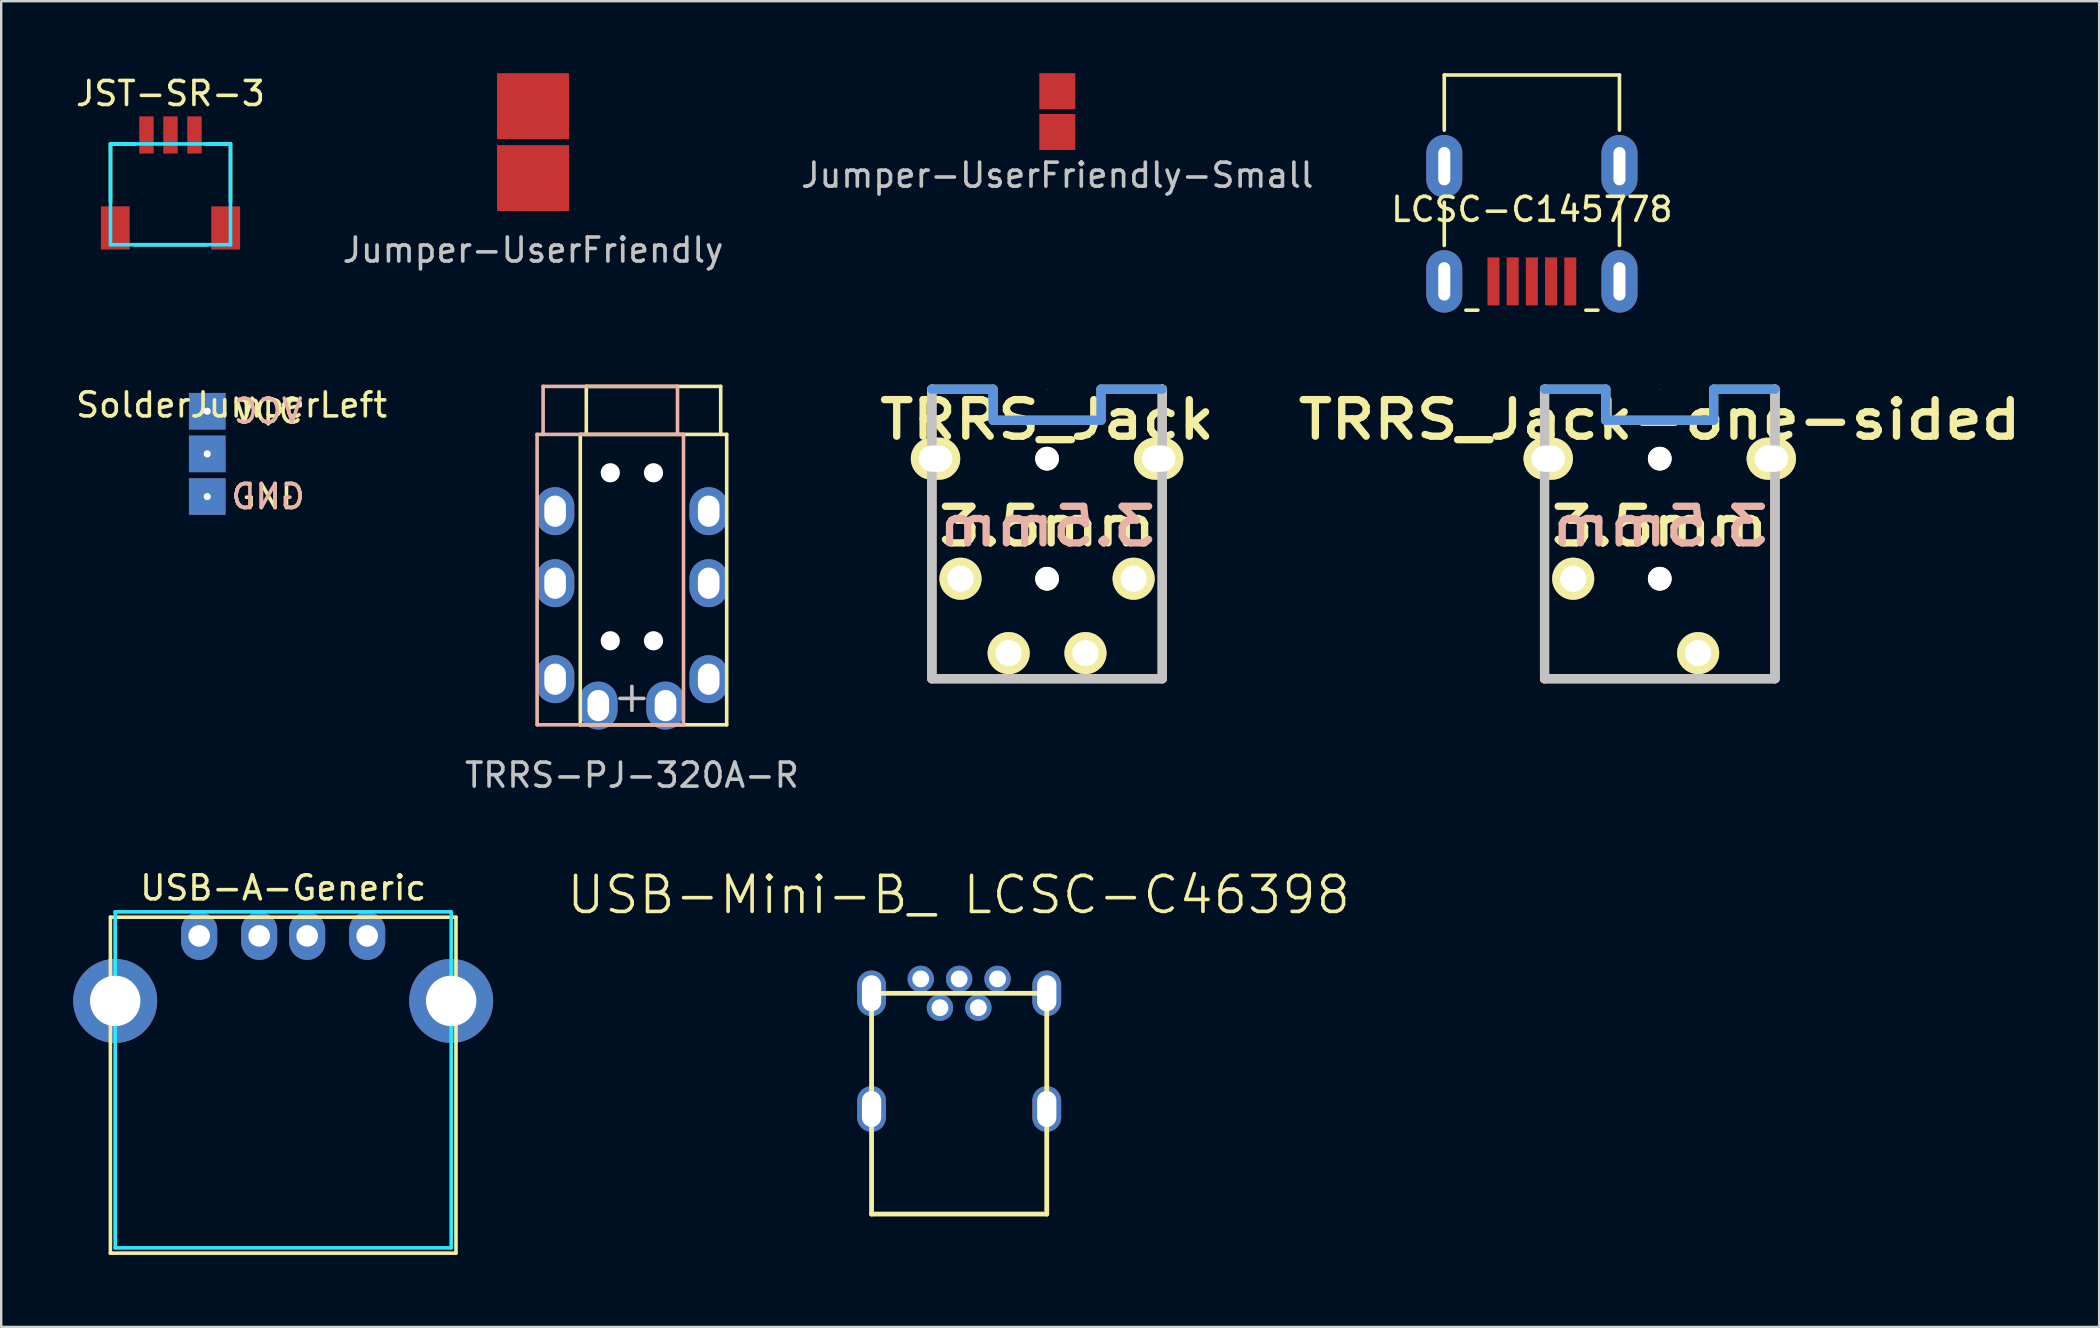
<source format=kicad_pcb>
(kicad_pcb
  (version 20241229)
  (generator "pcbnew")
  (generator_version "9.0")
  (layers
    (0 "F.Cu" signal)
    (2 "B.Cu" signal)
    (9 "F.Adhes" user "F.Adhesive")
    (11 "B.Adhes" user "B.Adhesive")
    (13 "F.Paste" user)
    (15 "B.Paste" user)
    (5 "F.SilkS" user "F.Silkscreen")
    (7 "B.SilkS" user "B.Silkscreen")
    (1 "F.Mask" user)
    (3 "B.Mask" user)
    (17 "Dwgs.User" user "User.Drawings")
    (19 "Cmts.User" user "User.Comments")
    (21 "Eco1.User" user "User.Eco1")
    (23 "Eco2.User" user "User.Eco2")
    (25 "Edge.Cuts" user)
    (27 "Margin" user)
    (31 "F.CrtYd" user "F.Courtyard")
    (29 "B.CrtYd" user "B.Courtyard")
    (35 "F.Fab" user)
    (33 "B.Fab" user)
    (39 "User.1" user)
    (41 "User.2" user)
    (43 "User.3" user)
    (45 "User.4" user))
  (footprint "Jumper-UserFriendly"
    (layer "F.Cu")
    (at 19.161 2.874)
    (property "Reference" "Jumper-UserFriendly" (at 0 4.496 0) (layer "Dwgs.User") (effects (font (size 1 1) (thickness 0.15))))
    (attr exclude_from_pos_files exclude_from_bom)
    (pad "1" smd rect (at 0 -1.499) (size 3 2.75) (layers "F.Cu" "F.Mask"))
    (pad "2" smd rect (at 0 1.499) (size 3 2.75) (layers "F.Cu" "F.Mask")))
  (footprint "TRRS-PJ-320A-R"
    (layer "F.Cu")
    (at 23.28 26.05)
    (property "Reference" "TRRS-PJ-320A-R" (at 0 3.2 0) (layer "Dwgs.User") (effects (font (size 1 1) (thickness 0.15))))
    (attr through_hole)
    (fp_line (start -2.15 -11) (end -2.15 1.1) (stroke (width 0.15) (type solid)) (layer "F.SilkS"))
    (fp_line (start -1.9 -11) (end -1.9 -13) (stroke (width 0.15) (type solid)) (layer "F.SilkS"))
    (fp_line (start 3.7 -13) (end -1.9 -13) (stroke (width 0.15) (type solid)) (layer "F.SilkS"))
    (fp_line (start 3.7 -11) (end 3.7 -13) (stroke (width 0.15) (type solid)) (layer "F.SilkS"))
    (fp_line (start 3.95 -11) (end -2.15 -11) (stroke (width 0.15) (type solid)) (layer "F.SilkS"))
    (fp_line (start 3.95 -11) (end 3.95 1.1) (stroke (width 0.15) (type solid)) (layer "F.SilkS"))
    (fp_line (start 3.95 1.1) (end -2.15 1.1) (stroke (width 0.15) (type solid)) (layer "F.SilkS"))
    (fp_line (start -3.95 -11) (end -3.95 1.1) (stroke (width 0.15) (type solid)) (layer "B.SilkS"))
    (fp_line (start -3.95 -11) (end 2.15 -11) (stroke (width 0.15) (type solid)) (layer "B.SilkS"))
    (fp_line (start -3.95 1.1) (end 2.15 1.1) (stroke (width 0.15) (type solid)) (layer "B.SilkS"))
    (fp_line (start -3.7 -13) (end 1.9 -13) (stroke (width 0.15) (type solid)) (layer "B.SilkS"))
    (fp_line (start -3.7 -11) (end -3.7 -13) (stroke (width 0.15) (type solid)) (layer "B.SilkS"))
    (fp_line (start 1.9 -11) (end 1.9 -13) (stroke (width 0.15) (type solid)) (layer "B.SilkS"))
    (fp_line (start 2.15 -11) (end 2.15 1.1) (stroke (width 0.15) (type solid)) (layer "B.SilkS"))
    (fp_line (start -0.5 0) (end 0.5 0) (stroke (width 0.15) (type solid)) (layer "Dwgs.User"))
    (fp_line (start 0 -0.5) (end 0 0.5) (stroke (width 0.15) (type solid)) (layer "Dwgs.User"))
    (pad "" np_thru_hole circle (at -0.9 -9.4) (size 0.8 0.8) (drill 0.8) (layers "*.Cu"))
    (pad "" np_thru_hole circle (at -0.9 -2.4) (size 0.8 0.8) (drill 0.8) (layers "*.Cu"))
    (pad "" np_thru_hole circle (at 0.9 -9.4) (size 0.8 0.8) (drill 0.8) (layers "*.Cu"))
    (pad "" np_thru_hole circle (at 0.9 -2.4) (size 0.8 0.8) (drill 0.8) (layers "*.Cu"))
    (pad "1" thru_hole oval (at -1.4 0.3) (size 1.6 2) (drill oval 0.9 1.3) (layers "*.Cu" "B.Mask"))
    (pad "1" thru_hole oval (at 1.4 0.3) (size 1.6 2) (drill oval 0.9 1.3) (layers "*.Cu" "F.Mask"))
    (pad "2" thru_hole oval (at -3.2 -0.8) (size 1.6 2) (drill oval 0.9 1.3) (layers "*.Cu" "F.Mask"))
    (pad "2" thru_hole oval (at 3.2 -0.8) (size 1.6 2) (drill oval 0.9 1.3) (layers "*.Cu" "B.Mask"))
    (pad "3" thru_hole oval (at -3.2 -4.8) (size 1.6 2) (drill oval 0.9 1.3) (layers "*.Cu" "F.Mask"))
    (pad "3" thru_hole oval (at 3.2 -4.8) (size 1.6 2) (drill oval 0.9 1.3) (layers "*.Cu" "B.Mask"))
    (pad "4" thru_hole oval (at -3.2 -7.8) (size 1.6 2) (drill oval 0.9 1.3) (layers "*.Cu" "F.Mask"))
    (pad "4" thru_hole oval (at 3.2 -7.8) (size 1.6 2) (drill oval 0.9 1.3) (layers "*.Cu" "B.Mask")))
  (footprint "LCSC-C145778"
    (layer "F.Cu")
    (at 60.78 8.675)
    (property "Reference" "LCSC-C145778" (at 0 -3 180) (layer "F.SilkS") (effects (font (size 1 1) (thickness 0.15))))
    (attr through_hole)
    (fp_line (start -3.65 -8.6) (end -3.65 -6.3) (stroke (width 0.15) (type solid)) (layer "F.SilkS"))
    (fp_line (start -3.65 -8.6) (end 3.65 -8.6) (stroke (width 0.15) (type solid)) (layer "F.SilkS"))
    (fp_line (start -3.65 -3.3) (end -3.65 -1.5) (stroke (width 0.15) (type solid)) (layer "F.SilkS"))
    (fp_line (start -2.75 1.2) (end -2.25 1.2) (stroke (width 0.15) (type solid)) (layer "F.SilkS"))
    (fp_line (start 2.25 1.2) (end 2.75 1.2) (stroke (width 0.15) (type solid)) (layer "F.SilkS"))
    (fp_line (start 3.65 -8.6) (end 3.65 -6.3) (stroke (width 0.15) (type solid)) (layer "F.SilkS"))
    (fp_line (start 3.65 -3.3) (end 3.65 -1.5) (stroke (width 0.15) (type solid)) (layer "F.SilkS"))
    (pad "1" smd rect (at 1.6 0 180) (size 0.5 2) (layers "F.Cu" "F.Mask" "F.Paste"))
    (pad "2" smd rect (at 0.8 0 180) (size 0.5 2) (layers "F.Cu" "F.Mask" "F.Paste"))
    (pad "3" smd rect (at 0 0 180) (size 0.5 2) (layers "F.Cu" "F.Mask" "F.Paste"))
    (pad "4" smd rect (at -0.8 0 180) (size 0.5 2) (layers "F.Cu" "F.Mask" "F.Paste"))
    (pad "5" smd rect (at -1.6 0 180) (size 0.5 2) (layers "F.Cu" "F.Mask" "F.Paste"))
    (pad "6" thru_hole oval (at -3.65 -4.8) (size 1.5 2.6) (drill oval 0.5 1.6) (layers "*.Cu" "*.Mask"))
    (pad "6" thru_hole oval (at -3.65 0) (size 1.5 2.6) (drill oval 0.5 1.6) (layers "*.Cu" "*.Mask"))
    (pad "6" thru_hole oval (at 3.65 -4.8) (size 1.5 2.6) (drill oval 0.5 1.6) (layers "*.Cu" "*.Mask"))
    (pad "6" thru_hole oval (at 3.65 0) (size 1.5 2.6) (drill oval 0.5 1.6) (layers "*.Cu" "*.Mask")))
  (footprint "SolderJumperLeft"
    (layer "F.Cu")
    (at 5.585 15.863)
    (property "Reference" "SolderJumperLeft" (at 1.016 -2.04 0) (layer "F.SilkS") (effects (font (size 1 1) (thickness 0.15))))
    (attr through_hole)
    (fp_text user "VCC" (at 2.54 -1.778 0) (layer "F.SilkS") (effects (font (size 1 1) (thickness 0.15))))
    (fp_text user "GND" (at 2.54 1.778 0) (layer "F.SilkS") (effects (font (size 1 1) (thickness 0.15))))
    (fp_text user "VCC" (at 2.54 -1.778 0) (layer "B.SilkS") (effects (font (size 1 1) (thickness 0.15)) (justify mirror)))
    (fp_text user "GND" (at 2.54 1.778 0) (layer "B.SilkS") (effects (font (size 1 1) (thickness 0.15)) (justify mirror)))
    (pad "1" thru_hole rect (at 0 -1.778) (size 1.524 1.524) (drill 0.3) (layers "*.Cu" "*.Mask"))
    (pad "2" thru_hole rect (at 0 0) (size 1.524 1.524) (drill 0.3) (layers "*.Cu" "*.Mask"))
    (pad "3" thru_hole rect (at 0 1.778) (size 1.524 1.524) (drill 0.3) (layers "*.Cu" "*.Mask")))
  (footprint "Jumper-UserFriendly-Small"
    (layer "F.Cu")
    (at 41.006 1.6)
    (property "Reference" "Jumper-UserFriendly-Small" (at 0 2.65 0) (layer "Dwgs.User") (effects (font (size 1 1) (thickness 0.15))))
    (attr exclude_from_pos_files exclude_from_bom)
    (pad "1" smd rect (at 0 -0.85) (size 1.5 1.5) (layers "F.Cu" "F.Mask"))
    (pad "2" smd rect (at 0 0.85) (size 1.5 1.5) (layers "F.Cu" "F.Mask")))
  (footprint "JST-SR-3"
    (layer "F.Cu")
    (at 4.054 7.348)
    (property "Reference" "JST-SR-3" (at 0 -6.5 0) (layer "F.SilkS") (effects (font (size 1 1) (thickness 0.15))))
    (attr through_hole)
    (fp_line (start -2.5 -4.4) (end -1.5 -4.4) (stroke (width 0.15) (type solid)) (layer "F.SilkS"))
    (fp_line (start -2.5 -2) (end -2.5 -4.4) (stroke (width 0.15) (type solid)) (layer "F.SilkS"))
    (fp_line (start 1.5 -4.4) (end 2.5 -4.4) (stroke (width 0.15) (type solid)) (layer "F.SilkS"))
    (fp_line (start 1.5 -0.2) (end -1.5 -0.2) (stroke (width 0.15) (type solid)) (layer "F.SilkS"))
    (fp_line (start 2.5 -4.4) (end 2.5 -2) (stroke (width 0.15) (type solid)) (layer "F.SilkS"))
    (fp_line (start -2.5 -4.4) (end 2.5 -4.4) (stroke (width 0.15) (type solid)) (layer "B.CrtYd"))
    (fp_line (start -2.5 -0.2) (end -2.5 -4.4) (stroke (width 0.15) (type solid)) (layer "B.CrtYd"))
    (fp_line (start 2.5 -4.4) (end 2.5 -0.2) (stroke (width 0.15) (type solid)) (layer "B.CrtYd"))
    (fp_line (start 2.5 -0.2) (end -2.5 -0.2) (stroke (width 0.15) (type solid)) (layer "B.CrtYd"))
    (pad "" smd rect (at -2.3 -0.9) (size 1.2 1.8) (layers "F.Cu" "F.Mask" "F.Paste"))
    (pad "" smd rect (at 2.3 -0.9) (size 1.2 1.8) (layers "F.Cu" "F.Mask" "F.Paste"))
    (pad "1" smd rect (at -1 -4.775) (size 0.6 1.55) (layers "F.Cu" "F.Mask" "F.Paste"))
    (pad "2" smd rect (at 0 -4.775) (size 0.6 1.55) (layers "F.Cu" "F.Mask" "F.Paste"))
    (pad "3" smd rect (at 1 -4.775) (size 0.6 1.55) (layers "F.Cu" "F.Mask" "F.Paste")))
  (footprint "TRRS_Jack"
    (layer "F.Cu")
    (at 40.579 21.066)
    (property "Reference" "TRRS_Jack" (at 0.00008 -6.63 0) (layer "F.SilkS") (effects (font (size 1.524 1.778) (thickness 0.305))))
    (attr through_hole)
    (fp_line (start -4.801 4.165) (end -4.801 -7.9) (stroke (width 0.381) (type solid)) (layer "F.SilkS"))
    (fp_line (start 4.801 -7.9) (end 4.801 4.165) (stroke (width 0.381) (type solid)) (layer "F.SilkS"))
    (fp_line (start 4.801 4.165) (end -4.801 4.165) (stroke (width 0.381) (type solid)) (layer "F.SilkS"))
    (fp_line (start -4.801 4.165) (end -4.801 -7.9) (stroke (width 0.381) (type solid)) (layer "B.SilkS"))
    (fp_line (start 4.801 -7.9) (end 4.801 4.165) (stroke (width 0.381) (type solid)) (layer "B.SilkS"))
    (fp_line (start 4.801 4.165) (end -4.801 4.165) (stroke (width 0.381) (type solid)) (layer "B.SilkS"))
    (fp_line (start -4.801 -7.9) (end -4.801 4.165) (stroke (width 0.381) (type solid)) (layer "Dwgs.User"))
    (fp_line (start -4.801 4.165) (end 4.801 4.165) (stroke (width 0.381) (type solid)) (layer "Dwgs.User"))
    (fp_line (start -2.248 -7.9) (end -4.801 -7.9) (stroke (width 0.381) (type solid)) (layer "Dwgs.User"))
    (fp_line (start -2.248 -6.605) (end -2.248 -7.9) (stroke (width 0.381) (type solid)) (layer "Dwgs.User"))
    (fp_line (start 0.00008 -7.9) (end 0.00008 -7.9) (stroke (width 0.025) (type solid)) (layer "Dwgs.User"))
    (fp_line (start 2.248 -7.9) (end 2.248 -6.605) (stroke (width 0.381) (type solid)) (layer "Dwgs.User"))
    (fp_line (start 2.248 -6.605) (end -2.248 -6.605) (stroke (width 0.381) (type solid)) (layer "Dwgs.User"))
    (fp_line (start 4.801 -7.9) (end 2.248 -7.9) (stroke (width 0.381) (type solid)) (layer "Dwgs.User"))
    (fp_line (start 4.801 4.165) (end 4.801 -7.9) (stroke (width 0.381) (type solid)) (layer "Dwgs.User"))
    (fp_line (start -4.801 -7.9) (end -2.248 -7.9) (stroke (width 0.381) (type solid)) (layer "Cmts.User"))
    (fp_line (start -2.248 -6.605) (end -2.248 -7.9) (stroke (width 0.381) (type solid)) (layer "Cmts.User"))
    (fp_line (start 2.248 -7.9) (end 2.248 -6.605) (stroke (width 0.381) (type solid)) (layer "Cmts.User"))
    (fp_line (start 2.248 -7.9) (end 4.801 -7.9) (stroke (width 0.381) (type solid)) (layer "Cmts.User"))
    (fp_line (start 2.248 -6.605) (end -2.248 -6.605) (stroke (width 0.381) (type solid)) (layer "Cmts.User"))
    (fp_text user "3.5mm" (at 0.00008 -2.185 0) (layer "F.SilkS") (effects (font (size 1.524 1.778) (thickness 0.305))))
    (fp_text user "3.5mm" (at 0.00008 -2.185 0) (layer "B.SilkS") (effects (font (size 1.524 1.778) (thickness 0.305)) (justify mirror)))
    (pad "" np_thru_hole circle (at 0.00008 -5.004 270) (size 0.991 0.991) (drill 0.991) (layers "*.Cu" "*.Mask" "F.SilkS"))
    (pad "" np_thru_hole circle (at 0.00008 -0.001 270) (size 0.991 0.991) (drill 0.991) (layers "*.Cu" "*.Mask" "F.SilkS"))
    (pad "1" thru_hole oval (at 4.648 -5.004 270) (size 1.753 2.057) (drill oval 1.092 1.397) (layers "*.Cu" "*.Mask" "F.SilkS"))
    (pad "2" thru_hole circle (at -3.607 -0.001 270) (size 1.753 1.753) (drill 1.092) (layers "*.Cu" "*.Mask" "F.SilkS"))
    (pad "3" thru_hole circle (at 1.6 3.098 270) (size 1.753 1.753) (drill 1.092) (layers "*.Cu" "*.Mask" "F.SilkS"))
    (pad "4" thru_hole oval (at -4.648 -5.004 270) (size 1.753 2.057) (drill oval 1.092 1.397) (layers "*.Cu" "*.Mask" "F.SilkS"))
    (pad "5" thru_hole circle (at -1.6 3.098 270) (size 1.753 1.753) (drill 1.092) (layers "*.Cu" "*.Mask" "F.SilkS"))
    (pad "6" thru_hole circle (at 3.607 -0.001 270) (size 1.753 1.753) (drill 1.092) (layers "*.Cu" "*.Mask" "F.SilkS")))
  (footprint "TRRS_Jack-one-sided"
    (layer "F.Cu")
    (at 66.109 21.066)
    (property "Reference" "TRRS_Jack-one-sided" (at 0.00008 -6.63 0) (layer "F.SilkS") (effects (font (size 1.524 1.778) (thickness 0.305))))
    (attr through_hole)
    (fp_line (start -4.801 4.165) (end -4.801 -7.9) (stroke (width 0.381) (type solid)) (layer "F.SilkS"))
    (fp_line (start 4.801 -7.9) (end 4.801 4.165) (stroke (width 0.381) (type solid)) (layer "F.SilkS"))
    (fp_line (start 4.801 4.165) (end -4.801 4.165) (stroke (width 0.381) (type solid)) (layer "F.SilkS"))
    (fp_line (start -4.801 4.165) (end -4.801 -7.9) (stroke (width 0.381) (type solid)) (layer "B.SilkS"))
    (fp_line (start 4.801 -7.9) (end 4.801 4.165) (stroke (width 0.381) (type solid)) (layer "B.SilkS"))
    (fp_line (start 4.801 4.165) (end -4.801 4.165) (stroke (width 0.381) (type solid)) (layer "B.SilkS"))
    (fp_line (start -4.801 -7.9) (end -4.801 4.165) (stroke (width 0.381) (type solid)) (layer "Dwgs.User"))
    (fp_line (start -4.801 4.165) (end 4.801 4.165) (stroke (width 0.381) (type solid)) (layer "Dwgs.User"))
    (fp_line (start -2.248 -7.9) (end -4.801 -7.9) (stroke (width 0.381) (type solid)) (layer "Dwgs.User"))
    (fp_line (start -2.248 -6.605) (end -2.248 -7.9) (stroke (width 0.381) (type solid)) (layer "Dwgs.User"))
    (fp_line (start 0.00008 -7.9) (end 0.00008 -7.9) (stroke (width 0.025) (type solid)) (layer "Dwgs.User"))
    (fp_line (start 2.248 -7.9) (end 2.248 -6.605) (stroke (width 0.381) (type solid)) (layer "Dwgs.User"))
    (fp_line (start 2.248 -6.605) (end -2.248 -6.605) (stroke (width 0.381) (type solid)) (layer "Dwgs.User"))
    (fp_line (start 4.801 -7.9) (end 2.248 -7.9) (stroke (width 0.381) (type solid)) (layer "Dwgs.User"))
    (fp_line (start 4.801 4.165) (end 4.801 -7.9) (stroke (width 0.381) (type solid)) (layer "Dwgs.User"))
    (fp_line (start -4.801 -7.9) (end -2.248 -7.9) (stroke (width 0.381) (type solid)) (layer "Cmts.User"))
    (fp_line (start -2.248 -6.605) (end -2.248 -7.9) (stroke (width 0.381) (type solid)) (layer "Cmts.User"))
    (fp_line (start 2.248 -7.9) (end 2.248 -6.605) (stroke (width 0.381) (type solid)) (layer "Cmts.User"))
    (fp_line (start 2.248 -7.9) (end 4.801 -7.9) (stroke (width 0.381) (type solid)) (layer "Cmts.User"))
    (fp_line (start 2.248 -6.605) (end -2.248 -6.605) (stroke (width 0.381) (type solid)) (layer "Cmts.User"))
    (fp_text user "3.5mm" (at 0.00008 -2.185 0) (layer "F.SilkS") (effects (font (size 1.524 1.778) (thickness 0.305))))
    (fp_text user "3.5mm" (at 0.00008 -2.185 0) (layer "B.SilkS") (effects (font (size 1.524 1.778) (thickness 0.305)) (justify mirror)))
    (pad "" np_thru_hole circle (at 0.00008 -5.004 270) (size 0.991 0.991) (drill 0.991) (layers "*.Cu" "*.Mask" "F.SilkS"))
    (pad "" np_thru_hole circle (at 0.00008 -0.001 270) (size 0.991 0.991) (drill 0.991) (layers "*.Cu" "*.Mask" "F.SilkS"))
    (pad "1" thru_hole oval (at 4.648 -5.004 270) (size 1.753 2.057) (drill oval 1.092 1.397) (layers "*.Cu" "*.Mask" "F.SilkS"))
    (pad "2" thru_hole circle (at -3.607 -0.001 270) (size 1.753 1.753) (drill 1.092) (layers "*.Cu" "*.Mask" "F.SilkS"))
    (pad "3" thru_hole circle (at 1.6 3.098 270) (size 1.753 1.753) (drill 1.092) (layers "*.Cu" "*.Mask" "F.SilkS"))
    (pad "4" thru_hole oval (at -4.648 -5.004 270) (size 1.753 2.057) (drill oval 1.092 1.397) (layers "*.Cu" "*.Mask" "F.SilkS")))
  (footprint "USB-Mini-B_ LCSC-C46398"
    (layer "F.Cu")
    (at 36.916 38.339)
    (property "Reference" "USB-Mini-B_ LCSC-C46398" (at -0.02 -4.1 0) (layer "F.SilkS") (effects (font (size 1.5 1.5) (thickness 0.15))))
    (attr through_hole)
    (fp_line (start -3.65 0) (end -3.65 9.2) (stroke (width 0.2) (type solid)) (layer "F.SilkS"))
    (fp_line (start -3.65 9.2) (end 3.65 9.2) (stroke (width 0.2) (type solid)) (layer "F.SilkS"))
    (fp_line (start 3.65 0) (end -3.65 0) (stroke (width 0.2) (type solid)) (layer "F.SilkS"))
    (fp_line (start 3.65 9.2) (end 3.65 0) (stroke (width 0.2) (type solid)) (layer "F.SilkS"))
    (pad "1" thru_hole circle (at -1.6 -0.6) (size 1.1 1.1) (drill 0.7) (layers "*.Cu" "*.Mask"))
    (pad "2" thru_hole circle (at -0.8 0.6) (size 1.1 1.1) (drill 0.7) (layers "*.Cu" "*.Mask"))
    (pad "3" thru_hole circle (at 0 -0.6) (size 1.1 1.1) (drill 0.7) (layers "*.Cu" "*.Mask"))
    (pad "4" thru_hole circle (at 0.8 0.6) (size 1.1 1.1) (drill 0.7) (layers "*.Cu" "*.Mask"))
    (pad "5" thru_hole circle (at 1.6 -0.6) (size 1.1 1.1) (drill 0.7) (layers "*.Cu" "*.Mask"))
    (pad "6" thru_hole oval (at -3.65 0) (size 1.2 1.9) (drill oval 0.8 1.5) (layers "*.Cu" "*.Mask"))
    (pad "6" thru_hole oval (at -3.65 4.82) (size 1.2 1.9) (drill oval 0.8 1.5) (layers "*.Cu" "*.Mask"))
    (pad "6" thru_hole oval (at 3.65 0) (size 1.2 1.9) (drill oval 0.8 1.5) (layers "*.Cu" "*.Mask"))
    (pad "6" thru_hole oval (at 3.65 4.82) (size 1.2 1.9) (drill oval 0.8 1.5) (layers "*.Cu" "*.Mask")))
  (footprint "USB-A-Generic"
    (layer "F.Cu")
    (at 8.75 35.947)
    (property "Reference" "USB-A-Generic" (at 0 -2 0) (layer "F.SilkS") (effects (font (size 1 1) (thickness 0.15))))
    (attr through_hole)
    (fp_line (start -7.2 -0.78) (end -7.2 13.22) (stroke (width 0.15) (type solid)) (layer "F.SilkS"))
    (fp_line (start -7.2 -0.78) (end 7.2 -0.78) (stroke (width 0.15) (type solid)) (layer "F.SilkS"))
    (fp_line (start 7.2 13.22) (end -7.2 13.22) (stroke (width 0.15) (type solid)) (layer "F.SilkS"))
    (fp_line (start 7.2 13.22) (end 7.2 -0.78) (stroke (width 0.15) (type solid)) (layer "F.SilkS"))
    (fp_line (start -7 -1) (end -7 13) (stroke (width 0.15) (type solid)) (layer "B.CrtYd"))
    (fp_line (start -7 13) (end 7 13) (stroke (width 0.15) (type solid)) (layer "B.CrtYd"))
    (fp_line (start 7 -1) (end -7 -1) (stroke (width 0.15) (type solid)) (layer "B.CrtYd"))
    (fp_line (start 7 13) (end 7 -1) (stroke (width 0.15) (type solid)) (layer "B.CrtYd"))
    (pad "1" thru_hole oval (at -3.5 0) (size 1.5 2) (drill 0.9) (layers "*.Cu" "*.Mask"))
    (pad "2" thru_hole oval (at -1 0) (size 1.5 2) (drill 0.9) (layers "*.Cu" "*.Mask"))
    (pad "3" thru_hole oval (at 1 0) (size 1.5 2) (drill 0.9) (layers "*.Cu" "*.Mask"))
    (pad "4" thru_hole oval (at 3.5 0) (size 1.5 2) (drill 0.9) (layers "*.Cu" "*.Mask"))
    (pad "5" thru_hole circle (at -7 2.71) (size 3.5 3.5) (drill 2.1) (layers "*.Cu" "*.Mask"))
    (pad "5" thru_hole circle (at 7 2.71) (size 3.5 3.5) (drill 2.1) (layers "*.Cu" "*.Mask")))
  (gr_rect
    (start -3 -3)
    (end 84.417 52.242)
    (stroke (width 0.1) (type default))
    (fill no)
    (layer "Edge.Cuts")))
</source>
